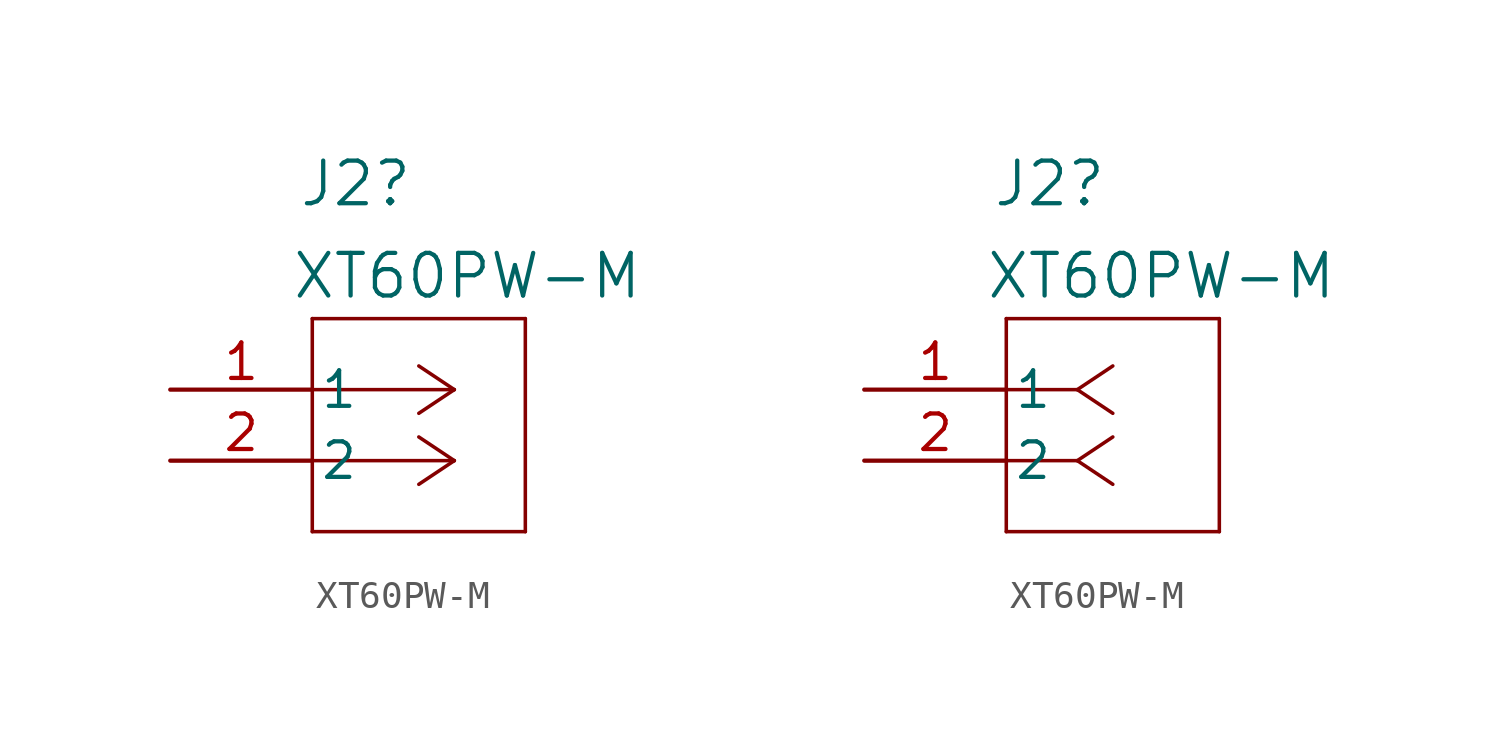
<source format=kicad_sym>
(kicad_symbol_lib
  (version 20231120)
  (generator "kicad_symbol_editor")
  (generator_version "8.0")
  (symbol "XT60PW-M"
    (pin_names
      (offset 0.254))
    (property "Reference" "J2"
      (at 4.572 7.366 0)
      (effects (font (size 1.524 1.524)) (justify left)))
    (property "Value" "XT60PW-M"
      (at 4.318 4.064 0)
      (effects (font (size 1.524 1.524)) (justify left)))
    (property "ki_locked" ""
      (at 0 0 0)
      (effects (font (size 1.27 1.27))))
    (symbol "XT60PW-M_1_1"
      (polyline (pts (xy 5.08 -5.08) (xy 12.7 -5.08)) (stroke (width 0.127) (type default)) (fill (type none)))
      (polyline (pts (xy 5.08 2.54) (xy 5.08 -5.08)) (stroke (width 0.127) (type default)) (fill (type none)))
      (polyline (pts (xy 10.16 -2.54) (xy 5.08 -2.54)) (stroke (width 0.127) (type default)) (fill (type none)))
      (polyline (pts (xy 10.16 -2.54) (xy 8.89 -3.387)) (stroke (width 0.127) (type default)) (fill (type none)))
      (polyline (pts (xy 10.16 -2.54) (xy 8.89 -1.693)) (stroke (width 0.127) (type default)) (fill (type none)))
      (polyline (pts (xy 10.16 0) (xy 5.08 0)) (stroke (width 0.127) (type default)) (fill (type none)))
      (polyline (pts (xy 10.16 0) (xy 8.89 -0.847)) (stroke (width 0.127) (type default)) (fill (type none)))
      (polyline (pts (xy 10.16 0) (xy 8.89 0.847)) (stroke (width 0.127) (type default)) (fill (type none)))
      (polyline (pts (xy 12.7 -5.08) (xy 12.7 2.54)) (stroke (width 0.127) (type default)) (fill (type none)))
      (polyline (pts (xy 12.7 2.54) (xy 5.08 2.54)) (stroke (width 0.127) (type default)) (fill (type none)))
      (pin power_in line (at 0 0 0) (length 5.08) (name "1" (effects (font (size 1.27 1.27)))) (number "1" (effects (font (size 1.27 1.27)))))
      (pin power_in line (at 0 -2.54 0) (length 5.08) (name "2" (effects (font (size 1.27 1.27)))) (number "2" (effects (font (size 1.27 1.27))))))
    (symbol "XT60PW-M_1_2"
      (polyline (pts (xy 5.08 -5.08) (xy 12.7 -5.08)) (stroke (width 0.127) (type default)) (fill (type none)))
      (polyline (pts (xy 5.08 2.54) (xy 5.08 -5.08)) (stroke (width 0.127) (type default)) (fill (type none)))
      (polyline (pts (xy 7.62 -2.54) (xy 5.08 -2.54)) (stroke (width 0.127) (type default)) (fill (type none)))
      (polyline (pts (xy 7.62 -2.54) (xy 8.89 -3.387)) (stroke (width 0.127) (type default)) (fill (type none)))
      (polyline (pts (xy 7.62 -2.54) (xy 8.89 -1.693)) (stroke (width 0.127) (type default)) (fill (type none)))
      (polyline (pts (xy 7.62 0) (xy 5.08 0)) (stroke (width 0.127) (type default)) (fill (type none)))
      (polyline (pts (xy 7.62 0) (xy 8.89 -0.847)) (stroke (width 0.127) (type default)) (fill (type none)))
      (polyline (pts (xy 7.62 0) (xy 8.89 0.847)) (stroke (width 0.127) (type default)) (fill (type none)))
      (polyline (pts (xy 12.7 -5.08) (xy 12.7 2.54)) (stroke (width 0.127) (type default)) (fill (type none)))
      (polyline (pts (xy 12.7 2.54) (xy 5.08 2.54)) (stroke (width 0.127) (type default)) (fill (type none)))
      (pin unspecified line (at 0 0 0) (length 5.08) (name "1" (effects (font (size 1.27 1.27)))) (number "1" (effects (font (size 1.27 1.27)))))
      (pin unspecified line (at 0 -2.54 0) (length 5.08) (name "2" (effects (font (size 1.27 1.27)))) (number "2" (effects (font (size 1.27 1.27))))))))
</source>
